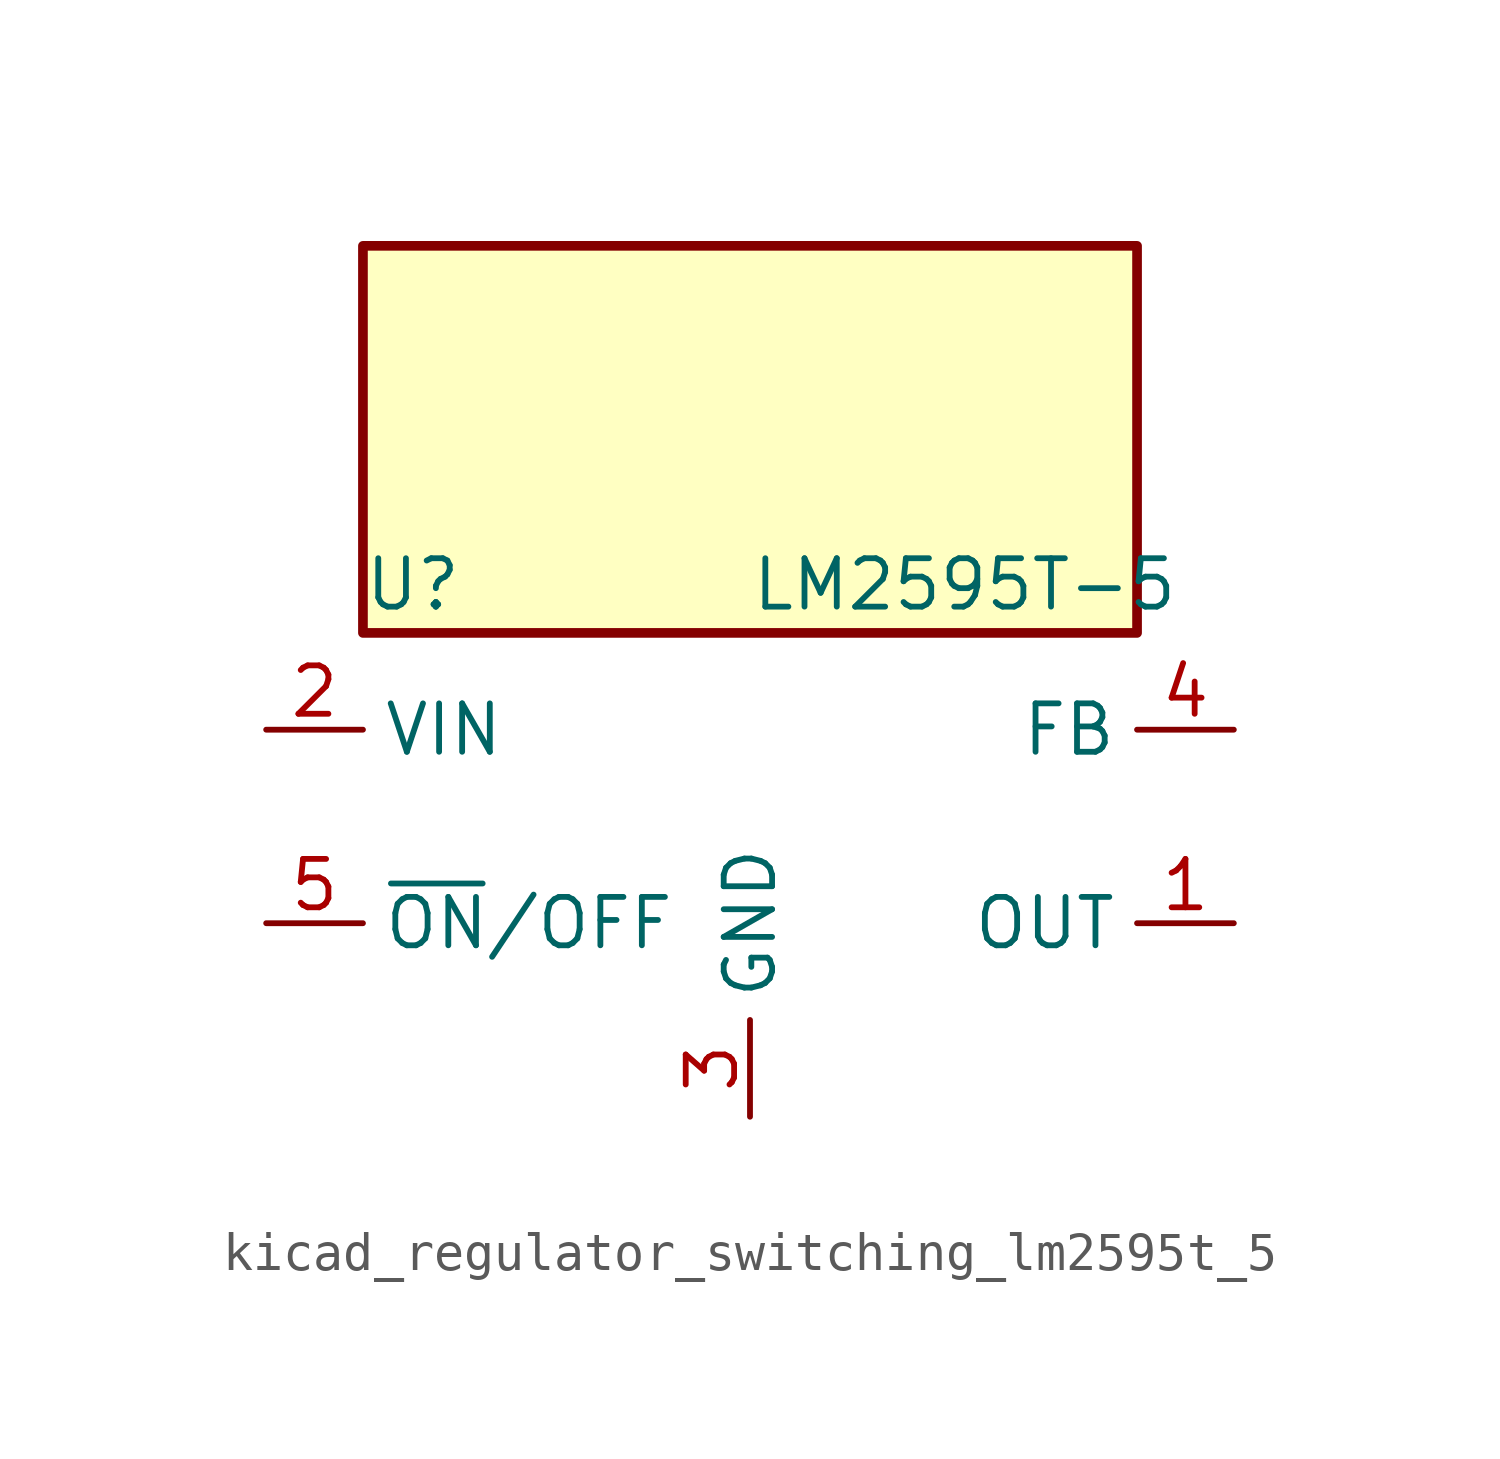
<source format=kicad_sym>
(kicad_symbol_lib
  (version 20220914)
  (generator kicad_symbol_editor)
  (symbol "kicad_regulator_switching_lm2595t_5"
    (property "Reference" "U"
      (at -10.16 6.35 0)
      (effects (font (size 1.27 1.27)) (justify left)))
    (property "Value" "LM2595T-5"
      (at 0 6.35 0)
      (effects (font (size 1.27 1.27)) (justify left)))
    (symbol "kicad_regulator_switching_lm2595t_5_0_1"
      (rectangle (start 10.16 15.24) (end -10.16 5.08) (stroke (width 0.254) (type default)) (fill (type background))))
    (symbol "kicad_regulator_switching_lm2595t_5_1_1"
      (pin output line (at 12.7 -2.54 180) (length 2.54) (name "OUT" (effects (font (size 1.27 1.27)))) (number "1" (effects (font (size 1.27 1.27)))))
      (pin power_in line (at -12.7 2.54 0) (length 2.54) (name "VIN" (effects (font (size 1.27 1.27)))) (number "2" (effects (font (size 1.27 1.27)))))
      (pin power_in line (at 0 -7.62 90) (length 2.54) (name "GND" (effects (font (size 1.27 1.27)))) (number "3" (effects (font (size 1.27 1.27)))))
      (pin input line (at 12.7 2.54 180) (length 2.54) (name "FB" (effects (font (size 1.27 1.27)))) (number "4" (effects (font (size 1.27 1.27)))))
      (pin input line (at -12.7 -2.54 0) (length 2.54) (name "~{ON}/OFF" (effects (font (size 1.27 1.27)))) (number "5" (effects (font (size 1.27 1.27))))))))
</source>
